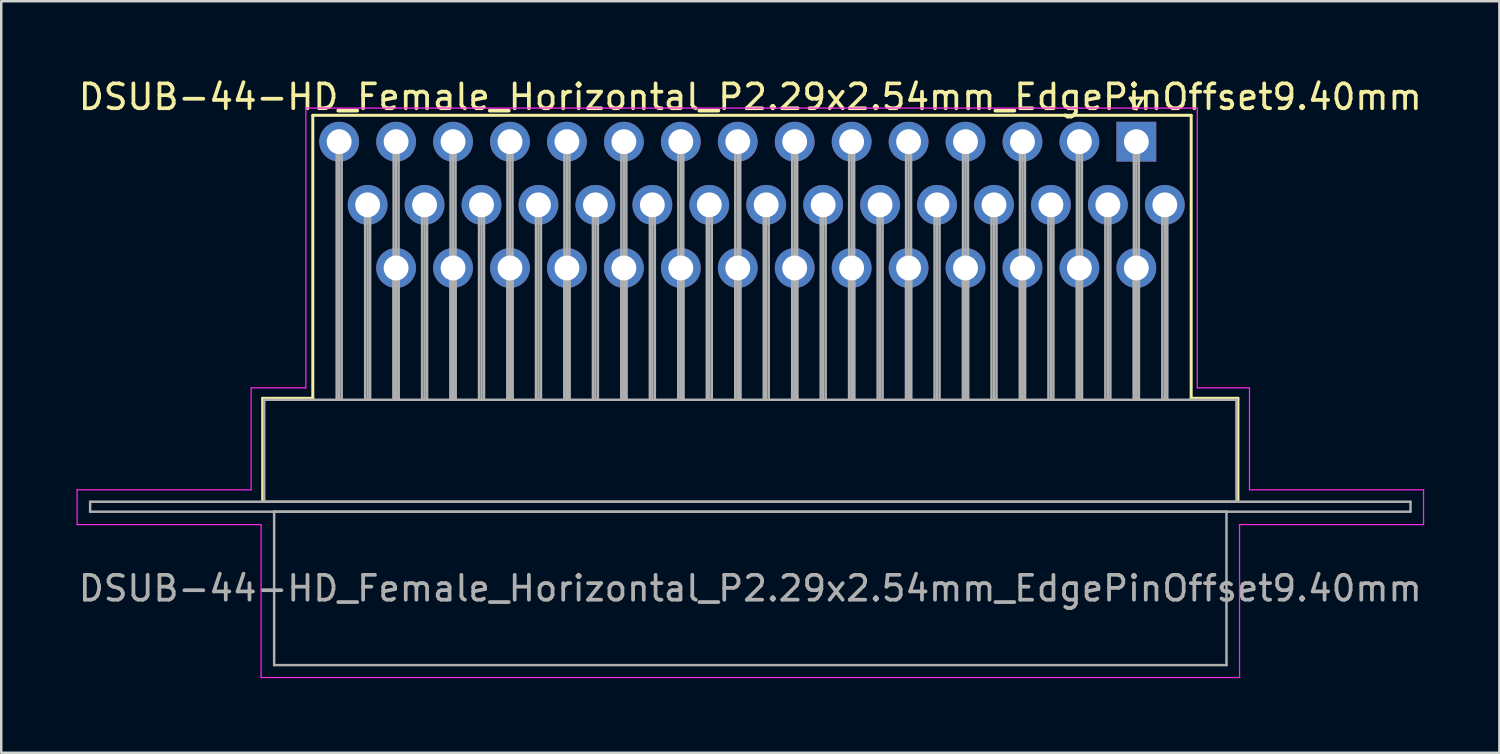
<source format=kicad_pcb>
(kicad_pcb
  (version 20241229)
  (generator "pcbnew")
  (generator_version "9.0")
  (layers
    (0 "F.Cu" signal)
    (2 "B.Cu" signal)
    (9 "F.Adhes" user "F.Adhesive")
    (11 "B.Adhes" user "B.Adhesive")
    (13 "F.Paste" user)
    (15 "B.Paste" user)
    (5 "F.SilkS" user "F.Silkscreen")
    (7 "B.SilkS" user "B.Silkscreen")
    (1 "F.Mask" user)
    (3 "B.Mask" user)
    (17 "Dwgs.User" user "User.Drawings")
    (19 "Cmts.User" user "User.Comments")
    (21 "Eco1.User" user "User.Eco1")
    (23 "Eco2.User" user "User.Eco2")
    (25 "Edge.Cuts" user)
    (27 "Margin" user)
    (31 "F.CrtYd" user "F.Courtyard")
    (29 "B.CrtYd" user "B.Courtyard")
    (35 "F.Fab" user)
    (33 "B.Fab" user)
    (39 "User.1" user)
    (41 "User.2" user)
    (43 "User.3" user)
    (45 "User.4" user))
  (footprint "DSUB-44-HD_Female_Horizontal_P2.29x2.54mm_EdgePinOffset9.40mm"
    (layer "F.Cu")
    (at 42.65 2.648)
    (property "Reference" "DSUB-44-HD_Female_Horizontal_P2.29x2.54mm_EdgePinOffset9.40mm" (at -15.525 -1.8 0) (layer "F.SilkS") (effects (font (size 1 1) (thickness 0.15))))
    (attr through_hole)
    (fp_line (start -35.135 10.32) (end -33.12 10.32) (stroke (width 0.12) (type solid)) (layer "F.SilkS"))
    (fp_line (start -35.135 14.42) (end -35.135 10.32) (stroke (width 0.12) (type solid)) (layer "F.SilkS"))
    (fp_line (start -33.12 -1.06) (end 2.205 -1.06) (stroke (width 0.12) (type solid)) (layer "F.SilkS"))
    (fp_line (start -33.12 10.32) (end -33.12 -1.06) (stroke (width 0.12) (type solid)) (layer "F.SilkS"))
    (fp_line (start -0.25 -1.754) (end 0.25 -1.754) (stroke (width 0.12) (type solid)) (layer "F.SilkS"))
    (fp_line (start 0 -1.321) (end -0.25 -1.754) (stroke (width 0.12) (type solid)) (layer "F.SilkS"))
    (fp_line (start 0.25 -1.754) (end 0 -1.321) (stroke (width 0.12) (type solid)) (layer "F.SilkS"))
    (fp_line (start 2.205 -1.06) (end 2.205 10.32) (stroke (width 0.12) (type solid)) (layer "F.SilkS"))
    (fp_line (start 2.205 10.32) (end 4.085 10.32) (stroke (width 0.12) (type solid)) (layer "F.SilkS"))
    (fp_line (start 4.085 10.32) (end 4.085 14.42) (stroke (width 0.12) (type solid)) (layer "F.SilkS"))
    (fp_line (start -42.6 14) (end -35.6 14) (stroke (width 0.05) (type solid)) (layer "F.CrtYd"))
    (fp_line (start -42.6 15.4) (end -42.6 14) (stroke (width 0.05) (type solid)) (layer "F.CrtYd"))
    (fp_line (start -35.6 9.9) (end -33.4 9.9) (stroke (width 0.05) (type solid)) (layer "F.CrtYd"))
    (fp_line (start -35.6 14) (end -35.6 9.9) (stroke (width 0.05) (type solid)) (layer "F.CrtYd"))
    (fp_line (start -35.2 15.4) (end -42.6 15.4) (stroke (width 0.05) (type solid)) (layer "F.CrtYd"))
    (fp_line (start -35.2 21.55) (end -35.2 15.4) (stroke (width 0.05) (type solid)) (layer "F.CrtYd"))
    (fp_line (start -33.4 -1.35) (end 2.45 -1.35) (stroke (width 0.05) (type solid)) (layer "F.CrtYd"))
    (fp_line (start -33.4 9.9) (end -33.4 -1.35) (stroke (width 0.05) (type solid)) (layer "F.CrtYd"))
    (fp_line (start 2.45 -1.35) (end 2.45 9.9) (stroke (width 0.05) (type solid)) (layer "F.CrtYd"))
    (fp_line (start 2.45 9.9) (end 4.55 9.9) (stroke (width 0.05) (type solid)) (layer "F.CrtYd"))
    (fp_line (start 4.15 15.4) (end 4.15 21.55) (stroke (width 0.05) (type solid)) (layer "F.CrtYd"))
    (fp_line (start 4.15 21.55) (end -35.2 21.55) (stroke (width 0.05) (type solid)) (layer "F.CrtYd"))
    (fp_line (start 4.55 9.9) (end 4.55 14) (stroke (width 0.05) (type solid)) (layer "F.CrtYd"))
    (fp_line (start 4.55 14) (end 11.55 14) (stroke (width 0.05) (type solid)) (layer "F.CrtYd"))
    (fp_line (start 11.55 14) (end 11.55 15.4) (stroke (width 0.05) (type solid)) (layer "F.CrtYd"))
    (fp_line (start 11.55 15.4) (end 4.15 15.4) (stroke (width 0.05) (type solid)) (layer "F.CrtYd"))
    (fp_line (start -42.075 14.48) (end -42.075 14.88) (stroke (width 0.1) (type solid)) (layer "F.Fab"))
    (fp_line (start -42.075 14.88) (end 11.025 14.88) (stroke (width 0.1) (type solid)) (layer "F.Fab"))
    (fp_line (start -35.075 10.38) (end -35.075 14.48) (stroke (width 0.1) (type solid)) (layer "F.Fab"))
    (fp_line (start -35.075 14.48) (end 4.025 14.48) (stroke (width 0.1) (type solid)) (layer "F.Fab"))
    (fp_line (start -34.675 14.88) (end -34.675 21.05) (stroke (width 0.1) (type solid)) (layer "F.Fab"))
    (fp_line (start -34.675 21.05) (end 3.625 21.05) (stroke (width 0.1) (type solid)) (layer "F.Fab"))
    (fp_line (start -32.16 0) (end -32.16 10.38) (stroke (width 0.1) (type solid)) (layer "F.Fab"))
    (fp_line (start -32.06 0) (end -32.06 10.38) (stroke (width 0.1) (type solid)) (layer "F.Fab"))
    (fp_line (start -31.96 0) (end -31.96 10.38) (stroke (width 0.1) (type solid)) (layer "F.Fab"))
    (fp_line (start -31.015 2.54) (end -31.015 10.38) (stroke (width 0.1) (type solid)) (layer "F.Fab"))
    (fp_line (start -30.915 2.54) (end -30.915 10.38) (stroke (width 0.1) (type solid)) (layer "F.Fab"))
    (fp_line (start -30.815 2.54) (end -30.815 10.38) (stroke (width 0.1) (type solid)) (layer "F.Fab"))
    (fp_line (start -29.87 0) (end -29.87 10.38) (stroke (width 0.1) (type solid)) (layer "F.Fab"))
    (fp_line (start -29.87 5.08) (end -29.87 10.38) (stroke (width 0.1) (type solid)) (layer "F.Fab"))
    (fp_line (start -29.77 0) (end -29.77 10.38) (stroke (width 0.1) (type solid)) (layer "F.Fab"))
    (fp_line (start -29.77 5.08) (end -29.77 10.38) (stroke (width 0.1) (type solid)) (layer "F.Fab"))
    (fp_line (start -29.67 0) (end -29.67 10.38) (stroke (width 0.1) (type solid)) (layer "F.Fab"))
    (fp_line (start -29.67 5.08) (end -29.67 10.38) (stroke (width 0.1) (type solid)) (layer "F.Fab"))
    (fp_line (start -28.725 2.54) (end -28.725 10.38) (stroke (width 0.1) (type solid)) (layer "F.Fab"))
    (fp_line (start -28.625 2.54) (end -28.625 10.38) (stroke (width 0.1) (type solid)) (layer "F.Fab"))
    (fp_line (start -28.525 2.54) (end -28.525 10.38) (stroke (width 0.1) (type solid)) (layer "F.Fab"))
    (fp_line (start -27.58 0) (end -27.58 10.38) (stroke (width 0.1) (type solid)) (layer "F.Fab"))
    (fp_line (start -27.58 5.08) (end -27.58 10.38) (stroke (width 0.1) (type solid)) (layer "F.Fab"))
    (fp_line (start -27.48 0) (end -27.48 10.38) (stroke (width 0.1) (type solid)) (layer "F.Fab"))
    (fp_line (start -27.48 5.08) (end -27.48 10.38) (stroke (width 0.1) (type solid)) (layer "F.Fab"))
    (fp_line (start -27.38 0) (end -27.38 10.38) (stroke (width 0.1) (type solid)) (layer "F.Fab"))
    (fp_line (start -27.38 5.08) (end -27.38 10.38) (stroke (width 0.1) (type solid)) (layer "F.Fab"))
    (fp_line (start -26.435 2.54) (end -26.435 10.38) (stroke (width 0.1) (type solid)) (layer "F.Fab"))
    (fp_line (start -26.335 2.54) (end -26.335 10.38) (stroke (width 0.1) (type solid)) (layer "F.Fab"))
    (fp_line (start -26.235 2.54) (end -26.235 10.38) (stroke (width 0.1) (type solid)) (layer "F.Fab"))
    (fp_line (start -25.29 0) (end -25.29 10.38) (stroke (width 0.1) (type solid)) (layer "F.Fab"))
    (fp_line (start -25.29 5.08) (end -25.29 10.38) (stroke (width 0.1) (type solid)) (layer "F.Fab"))
    (fp_line (start -25.19 0) (end -25.19 10.38) (stroke (width 0.1) (type solid)) (layer "F.Fab"))
    (fp_line (start -25.19 5.08) (end -25.19 10.38) (stroke (width 0.1) (type solid)) (layer "F.Fab"))
    (fp_line (start -25.09 0) (end -25.09 10.38) (stroke (width 0.1) (type solid)) (layer "F.Fab"))
    (fp_line (start -25.09 5.08) (end -25.09 10.38) (stroke (width 0.1) (type solid)) (layer "F.Fab"))
    (fp_line (start -24.145 2.54) (end -24.145 10.38) (stroke (width 0.1) (type solid)) (layer "F.Fab"))
    (fp_line (start -24.045 2.54) (end -24.045 10.38) (stroke (width 0.1) (type solid)) (layer "F.Fab"))
    (fp_line (start -23.945 2.54) (end -23.945 10.38) (stroke (width 0.1) (type solid)) (layer "F.Fab"))
    (fp_line (start -23 0) (end -23 10.38) (stroke (width 0.1) (type solid)) (layer "F.Fab"))
    (fp_line (start -23 5.08) (end -23 10.38) (stroke (width 0.1) (type solid)) (layer "F.Fab"))
    (fp_line (start -22.9 0) (end -22.9 10.38) (stroke (width 0.1) (type solid)) (layer "F.Fab"))
    (fp_line (start -22.9 5.08) (end -22.9 10.38) (stroke (width 0.1) (type solid)) (layer "F.Fab"))
    (fp_line (start -22.8 0) (end -22.8 10.38) (stroke (width 0.1) (type solid)) (layer "F.Fab"))
    (fp_line (start -22.8 5.08) (end -22.8 10.38) (stroke (width 0.1) (type solid)) (layer "F.Fab"))
    (fp_line (start -21.855 2.54) (end -21.855 10.38) (stroke (width 0.1) (type solid)) (layer "F.Fab"))
    (fp_line (start -21.755 2.54) (end -21.755 10.38) (stroke (width 0.1) (type solid)) (layer "F.Fab"))
    (fp_line (start -21.655 2.54) (end -21.655 10.38) (stroke (width 0.1) (type solid)) (layer "F.Fab"))
    (fp_line (start -20.71 0) (end -20.71 10.38) (stroke (width 0.1) (type solid)) (layer "F.Fab"))
    (fp_line (start -20.71 5.08) (end -20.71 10.38) (stroke (width 0.1) (type solid)) (layer "F.Fab"))
    (fp_line (start -20.61 0) (end -20.61 10.38) (stroke (width 0.1) (type solid)) (layer "F.Fab"))
    (fp_line (start -20.61 5.08) (end -20.61 10.38) (stroke (width 0.1) (type solid)) (layer "F.Fab"))
    (fp_line (start -20.51 0) (end -20.51 10.38) (stroke (width 0.1) (type solid)) (layer "F.Fab"))
    (fp_line (start -20.51 5.08) (end -20.51 10.38) (stroke (width 0.1) (type solid)) (layer "F.Fab"))
    (fp_line (start -19.565 2.54) (end -19.565 10.38) (stroke (width 0.1) (type solid)) (layer "F.Fab"))
    (fp_line (start -19.465 2.54) (end -19.465 10.38) (stroke (width 0.1) (type solid)) (layer "F.Fab"))
    (fp_line (start -19.365 2.54) (end -19.365 10.38) (stroke (width 0.1) (type solid)) (layer "F.Fab"))
    (fp_line (start -18.42 0) (end -18.42 10.38) (stroke (width 0.1) (type solid)) (layer "F.Fab"))
    (fp_line (start -18.42 5.08) (end -18.42 10.38) (stroke (width 0.1) (type solid)) (layer "F.Fab"))
    (fp_line (start -18.32 0) (end -18.32 10.38) (stroke (width 0.1) (type solid)) (layer "F.Fab"))
    (fp_line (start -18.32 5.08) (end -18.32 10.38) (stroke (width 0.1) (type solid)) (layer "F.Fab"))
    (fp_line (start -18.22 0) (end -18.22 10.38) (stroke (width 0.1) (type solid)) (layer "F.Fab"))
    (fp_line (start -18.22 5.08) (end -18.22 10.38) (stroke (width 0.1) (type solid)) (layer "F.Fab"))
    (fp_line (start -17.275 2.54) (end -17.275 10.38) (stroke (width 0.1) (type solid)) (layer "F.Fab"))
    (fp_line (start -17.175 2.54) (end -17.175 10.38) (stroke (width 0.1) (type solid)) (layer "F.Fab"))
    (fp_line (start -17.075 2.54) (end -17.075 10.38) (stroke (width 0.1) (type solid)) (layer "F.Fab"))
    (fp_line (start -16.13 0) (end -16.13 10.38) (stroke (width 0.1) (type solid)) (layer "F.Fab"))
    (fp_line (start -16.13 5.08) (end -16.13 10.38) (stroke (width 0.1) (type solid)) (layer "F.Fab"))
    (fp_line (start -16.03 0) (end -16.03 10.38) (stroke (width 0.1) (type solid)) (layer "F.Fab"))
    (fp_line (start -16.03 5.08) (end -16.03 10.38) (stroke (width 0.1) (type solid)) (layer "F.Fab"))
    (fp_line (start -15.93 0) (end -15.93 10.38) (stroke (width 0.1) (type solid)) (layer "F.Fab"))
    (fp_line (start -15.93 5.08) (end -15.93 10.38) (stroke (width 0.1) (type solid)) (layer "F.Fab"))
    (fp_line (start -14.985 2.54) (end -14.985 10.38) (stroke (width 0.1) (type solid)) (layer "F.Fab"))
    (fp_line (start -14.885 2.54) (end -14.885 10.38) (stroke (width 0.1) (type solid)) (layer "F.Fab"))
    (fp_line (start -14.785 2.54) (end -14.785 10.38) (stroke (width 0.1) (type solid)) (layer "F.Fab"))
    (fp_line (start -13.84 0) (end -13.84 10.38) (stroke (width 0.1) (type solid)) (layer "F.Fab"))
    (fp_line (start -13.84 5.08) (end -13.84 10.38) (stroke (width 0.1) (type solid)) (layer "F.Fab"))
    (fp_line (start -13.74 0) (end -13.74 10.38) (stroke (width 0.1) (type solid)) (layer "F.Fab"))
    (fp_line (start -13.74 5.08) (end -13.74 10.38) (stroke (width 0.1) (type solid)) (layer "F.Fab"))
    (fp_line (start -13.64 0) (end -13.64 10.38) (stroke (width 0.1) (type solid)) (layer "F.Fab"))
    (fp_line (start -13.64 5.08) (end -13.64 10.38) (stroke (width 0.1) (type solid)) (layer "F.Fab"))
    (fp_line (start -12.695 2.54) (end -12.695 10.38) (stroke (width 0.1) (type solid)) (layer "F.Fab"))
    (fp_line (start -12.595 2.54) (end -12.595 10.38) (stroke (width 0.1) (type solid)) (layer "F.Fab"))
    (fp_line (start -12.495 2.54) (end -12.495 10.38) (stroke (width 0.1) (type solid)) (layer "F.Fab"))
    (fp_line (start -11.55 0) (end -11.55 10.38) (stroke (width 0.1) (type solid)) (layer "F.Fab"))
    (fp_line (start -11.55 5.08) (end -11.55 10.38) (stroke (width 0.1) (type solid)) (layer "F.Fab"))
    (fp_line (start -11.45 0) (end -11.45 10.38) (stroke (width 0.1) (type solid)) (layer "F.Fab"))
    (fp_line (start -11.45 5.08) (end -11.45 10.38) (stroke (width 0.1) (type solid)) (layer "F.Fab"))
    (fp_line (start -11.35 0) (end -11.35 10.38) (stroke (width 0.1) (type solid)) (layer "F.Fab"))
    (fp_line (start -11.35 5.08) (end -11.35 10.38) (stroke (width 0.1) (type solid)) (layer "F.Fab"))
    (fp_line (start -10.405 2.54) (end -10.405 10.38) (stroke (width 0.1) (type solid)) (layer "F.Fab"))
    (fp_line (start -10.305 2.54) (end -10.305 10.38) (stroke (width 0.1) (type solid)) (layer "F.Fab"))
    (fp_line (start -10.205 2.54) (end -10.205 10.38) (stroke (width 0.1) (type solid)) (layer "F.Fab"))
    (fp_line (start -9.26 0) (end -9.26 10.38) (stroke (width 0.1) (type solid)) (layer "F.Fab"))
    (fp_line (start -9.26 5.08) (end -9.26 10.38) (stroke (width 0.1) (type solid)) (layer "F.Fab"))
    (fp_line (start -9.16 0) (end -9.16 10.38) (stroke (width 0.1) (type solid)) (layer "F.Fab"))
    (fp_line (start -9.16 5.08) (end -9.16 10.38) (stroke (width 0.1) (type solid)) (layer "F.Fab"))
    (fp_line (start -9.06 0) (end -9.06 10.38) (stroke (width 0.1) (type solid)) (layer "F.Fab"))
    (fp_line (start -9.06 5.08) (end -9.06 10.38) (stroke (width 0.1) (type solid)) (layer "F.Fab"))
    (fp_line (start -8.115 2.54) (end -8.115 10.38) (stroke (width 0.1) (type solid)) (layer "F.Fab"))
    (fp_line (start -8.015 2.54) (end -8.015 10.38) (stroke (width 0.1) (type solid)) (layer "F.Fab"))
    (fp_line (start -7.915 2.54) (end -7.915 10.38) (stroke (width 0.1) (type solid)) (layer "F.Fab"))
    (fp_line (start -6.97 0) (end -6.97 10.38) (stroke (width 0.1) (type solid)) (layer "F.Fab"))
    (fp_line (start -6.97 5.08) (end -6.97 10.38) (stroke (width 0.1) (type solid)) (layer "F.Fab"))
    (fp_line (start -6.87 0) (end -6.87 10.38) (stroke (width 0.1) (type solid)) (layer "F.Fab"))
    (fp_line (start -6.87 5.08) (end -6.87 10.38) (stroke (width 0.1) (type solid)) (layer "F.Fab"))
    (fp_line (start -6.77 0) (end -6.77 10.38) (stroke (width 0.1) (type solid)) (layer "F.Fab"))
    (fp_line (start -6.77 5.08) (end -6.77 10.38) (stroke (width 0.1) (type solid)) (layer "F.Fab"))
    (fp_line (start -5.825 2.54) (end -5.825 10.38) (stroke (width 0.1) (type solid)) (layer "F.Fab"))
    (fp_line (start -5.725 2.54) (end -5.725 10.38) (stroke (width 0.1) (type solid)) (layer "F.Fab"))
    (fp_line (start -5.625 2.54) (end -5.625 10.38) (stroke (width 0.1) (type solid)) (layer "F.Fab"))
    (fp_line (start -4.68 0) (end -4.68 10.38) (stroke (width 0.1) (type solid)) (layer "F.Fab"))
    (fp_line (start -4.68 5.08) (end -4.68 10.38) (stroke (width 0.1) (type solid)) (layer "F.Fab"))
    (fp_line (start -4.58 0) (end -4.58 10.38) (stroke (width 0.1) (type solid)) (layer "F.Fab"))
    (fp_line (start -4.58 5.08) (end -4.58 10.38) (stroke (width 0.1) (type solid)) (layer "F.Fab"))
    (fp_line (start -4.48 0) (end -4.48 10.38) (stroke (width 0.1) (type solid)) (layer "F.Fab"))
    (fp_line (start -4.48 5.08) (end -4.48 10.38) (stroke (width 0.1) (type solid)) (layer "F.Fab"))
    (fp_line (start -3.535 2.54) (end -3.535 10.38) (stroke (width 0.1) (type solid)) (layer "F.Fab"))
    (fp_line (start -3.435 2.54) (end -3.435 10.38) (stroke (width 0.1) (type solid)) (layer "F.Fab"))
    (fp_line (start -3.335 2.54) (end -3.335 10.38) (stroke (width 0.1) (type solid)) (layer "F.Fab"))
    (fp_line (start -2.39 0) (end -2.39 10.38) (stroke (width 0.1) (type solid)) (layer "F.Fab"))
    (fp_line (start -2.39 5.08) (end -2.39 10.38) (stroke (width 0.1) (type solid)) (layer "F.Fab"))
    (fp_line (start -2.29 0) (end -2.29 10.38) (stroke (width 0.1) (type solid)) (layer "F.Fab"))
    (fp_line (start -2.29 5.08) (end -2.29 10.38) (stroke (width 0.1) (type solid)) (layer "F.Fab"))
    (fp_line (start -2.19 0) (end -2.19 10.38) (stroke (width 0.1) (type solid)) (layer "F.Fab"))
    (fp_line (start -2.19 5.08) (end -2.19 10.38) (stroke (width 0.1) (type solid)) (layer "F.Fab"))
    (fp_line (start -1.245 2.54) (end -1.245 10.38) (stroke (width 0.1) (type solid)) (layer "F.Fab"))
    (fp_line (start -1.145 2.54) (end -1.145 10.38) (stroke (width 0.1) (type solid)) (layer "F.Fab"))
    (fp_line (start -1.045 2.54) (end -1.045 10.38) (stroke (width 0.1) (type solid)) (layer "F.Fab"))
    (fp_line (start -0.1 0) (end -0.1 10.38) (stroke (width 0.1) (type solid)) (layer "F.Fab"))
    (fp_line (start -0.1 5.08) (end -0.1 10.38) (stroke (width 0.1) (type solid)) (layer "F.Fab"))
    (fp_line (start 0 0) (end 0 10.38) (stroke (width 0.1) (type solid)) (layer "F.Fab"))
    (fp_line (start 0 5.08) (end 0 10.38) (stroke (width 0.1) (type solid)) (layer "F.Fab"))
    (fp_line (start 0.1 0) (end 0.1 10.38) (stroke (width 0.1) (type solid)) (layer "F.Fab"))
    (fp_line (start 0.1 5.08) (end 0.1 10.38) (stroke (width 0.1) (type solid)) (layer "F.Fab"))
    (fp_line (start 1.045 2.54) (end 1.045 10.38) (stroke (width 0.1) (type solid)) (layer "F.Fab"))
    (fp_line (start 1.145 2.54) (end 1.145 10.38) (stroke (width 0.1) (type solid)) (layer "F.Fab"))
    (fp_line (start 1.245 2.54) (end 1.245 10.38) (stroke (width 0.1) (type solid)) (layer "F.Fab"))
    (fp_line (start 3.625 14.88) (end -34.675 14.88) (stroke (width 0.1) (type solid)) (layer "F.Fab"))
    (fp_line (start 3.625 21.05) (end 3.625 14.88) (stroke (width 0.1) (type solid)) (layer "F.Fab"))
    (fp_line (start 4.025 10.38) (end -35.075 10.38) (stroke (width 0.1) (type solid)) (layer "F.Fab"))
    (fp_line (start 4.025 14.48) (end 4.025 10.38) (stroke (width 0.1) (type solid)) (layer "F.Fab"))
    (fp_line (start 11.025 14.48) (end -42.075 14.48) (stroke (width 0.1) (type solid)) (layer "F.Fab"))
    (fp_line (start 11.025 14.88) (end 11.025 14.48) (stroke (width 0.1) (type solid)) (layer "F.Fab"))
    (fp_text user "${REFERENCE}" (at -15.525 17.965 0) (layer "F.Fab") (effects (font (size 1 1) (thickness 0.15))))
    (pad "1" thru_hole rect (at 0 0) (size 1.6 1.6) (drill 1) (layers "*.Cu" "*.Mask"))
    (pad "2" thru_hole circle (at -2.29 0) (size 1.6 1.6) (drill 1) (layers "*.Cu" "*.Mask"))
    (pad "3" thru_hole circle (at -4.58 0) (size 1.6 1.6) (drill 1) (layers "*.Cu" "*.Mask"))
    (pad "4" thru_hole circle (at -6.87 0) (size 1.6 1.6) (drill 1) (layers "*.Cu" "*.Mask"))
    (pad "5" thru_hole circle (at -9.16 0) (size 1.6 1.6) (drill 1) (layers "*.Cu" "*.Mask"))
    (pad "6" thru_hole circle (at -11.45 0) (size 1.6 1.6) (drill 1) (layers "*.Cu" "*.Mask"))
    (pad "7" thru_hole circle (at -13.74 0) (size 1.6 1.6) (drill 1) (layers "*.Cu" "*.Mask"))
    (pad "8" thru_hole circle (at -16.03 0) (size 1.6 1.6) (drill 1) (layers "*.Cu" "*.Mask"))
    (pad "9" thru_hole circle (at -18.32 0) (size 1.6 1.6) (drill 1) (layers "*.Cu" "*.Mask"))
    (pad "10" thru_hole circle (at -20.61 0) (size 1.6 1.6) (drill 1) (layers "*.Cu" "*.Mask"))
    (pad "11" thru_hole circle (at -22.9 0) (size 1.6 1.6) (drill 1) (layers "*.Cu" "*.Mask"))
    (pad "12" thru_hole circle (at -25.19 0) (size 1.6 1.6) (drill 1) (layers "*.Cu" "*.Mask"))
    (pad "13" thru_hole circle (at -27.48 0) (size 1.6 1.6) (drill 1) (layers "*.Cu" "*.Mask"))
    (pad "14" thru_hole circle (at -29.77 0) (size 1.6 1.6) (drill 1) (layers "*.Cu" "*.Mask"))
    (pad "15" thru_hole circle (at -32.06 0) (size 1.6 1.6) (drill 1) (layers "*.Cu" "*.Mask"))
    (pad "16" thru_hole circle (at 1.145 2.54) (size 1.6 1.6) (drill 1) (layers "*.Cu" "*.Mask"))
    (pad "17" thru_hole circle (at -1.145 2.54) (size 1.6 1.6) (drill 1) (layers "*.Cu" "*.Mask"))
    (pad "18" thru_hole circle (at -3.435 2.54) (size 1.6 1.6) (drill 1) (layers "*.Cu" "*.Mask"))
    (pad "19" thru_hole circle (at -5.725 2.54) (size 1.6 1.6) (drill 1) (layers "*.Cu" "*.Mask"))
    (pad "20" thru_hole circle (at -8.015 2.54) (size 1.6 1.6) (drill 1) (layers "*.Cu" "*.Mask"))
    (pad "21" thru_hole circle (at -10.305 2.54) (size 1.6 1.6) (drill 1) (layers "*.Cu" "*.Mask"))
    (pad "22" thru_hole circle (at -12.595 2.54) (size 1.6 1.6) (drill 1) (layers "*.Cu" "*.Mask"))
    (pad "23" thru_hole circle (at -14.885 2.54) (size 1.6 1.6) (drill 1) (layers "*.Cu" "*.Mask"))
    (pad "24" thru_hole circle (at -17.175 2.54) (size 1.6 1.6) (drill 1) (layers "*.Cu" "*.Mask"))
    (pad "25" thru_hole circle (at -19.465 2.54) (size 1.6 1.6) (drill 1) (layers "*.Cu" "*.Mask"))
    (pad "26" thru_hole circle (at -21.755 2.54) (size 1.6 1.6) (drill 1) (layers "*.Cu" "*.Mask"))
    (pad "27" thru_hole circle (at -24.045 2.54) (size 1.6 1.6) (drill 1) (layers "*.Cu" "*.Mask"))
    (pad "28" thru_hole circle (at -26.335 2.54) (size 1.6 1.6) (drill 1) (layers "*.Cu" "*.Mask"))
    (pad "29" thru_hole circle (at -28.625 2.54) (size 1.6 1.6) (drill 1) (layers "*.Cu" "*.Mask"))
    (pad "30" thru_hole circle (at -30.915 2.54) (size 1.6 1.6) (drill 1) (layers "*.Cu" "*.Mask"))
    (pad "31" thru_hole circle (at 0 5.08) (size 1.6 1.6) (drill 1) (layers "*.Cu" "*.Mask"))
    (pad "32" thru_hole circle (at -2.29 5.08) (size 1.6 1.6) (drill 1) (layers "*.Cu" "*.Mask"))
    (pad "33" thru_hole circle (at -4.58 5.08) (size 1.6 1.6) (drill 1) (layers "*.Cu" "*.Mask"))
    (pad "34" thru_hole circle (at -6.87 5.08) (size 1.6 1.6) (drill 1) (layers "*.Cu" "*.Mask"))
    (pad "35" thru_hole circle (at -9.16 5.08) (size 1.6 1.6) (drill 1) (layers "*.Cu" "*.Mask"))
    (pad "36" thru_hole circle (at -11.45 5.08) (size 1.6 1.6) (drill 1) (layers "*.Cu" "*.Mask"))
    (pad "37" thru_hole circle (at -13.74 5.08) (size 1.6 1.6) (drill 1) (layers "*.Cu" "*.Mask"))
    (pad "38" thru_hole circle (at -16.03 5.08) (size 1.6 1.6) (drill 1) (layers "*.Cu" "*.Mask"))
    (pad "39" thru_hole circle (at -18.32 5.08) (size 1.6 1.6) (drill 1) (layers "*.Cu" "*.Mask"))
    (pad "40" thru_hole circle (at -20.61 5.08) (size 1.6 1.6) (drill 1) (layers "*.Cu" "*.Mask"))
    (pad "41" thru_hole circle (at -22.9 5.08) (size 1.6 1.6) (drill 1) (layers "*.Cu" "*.Mask"))
    (pad "42" thru_hole circle (at -25.19 5.08) (size 1.6 1.6) (drill 1) (layers "*.Cu" "*.Mask"))
    (pad "43" thru_hole circle (at -27.48 5.08) (size 1.6 1.6) (drill 1) (layers "*.Cu" "*.Mask"))
    (pad "44" thru_hole circle (at -29.77 5.08) (size 1.6 1.6) (drill 1) (layers "*.Cu" "*.Mask")))
  (gr_rect
    (start -3 -3)
    (end 57.25 27.223)
    (stroke (width 0.1) (type default))
    (fill no)
    (layer "Edge.Cuts")))
</source>
